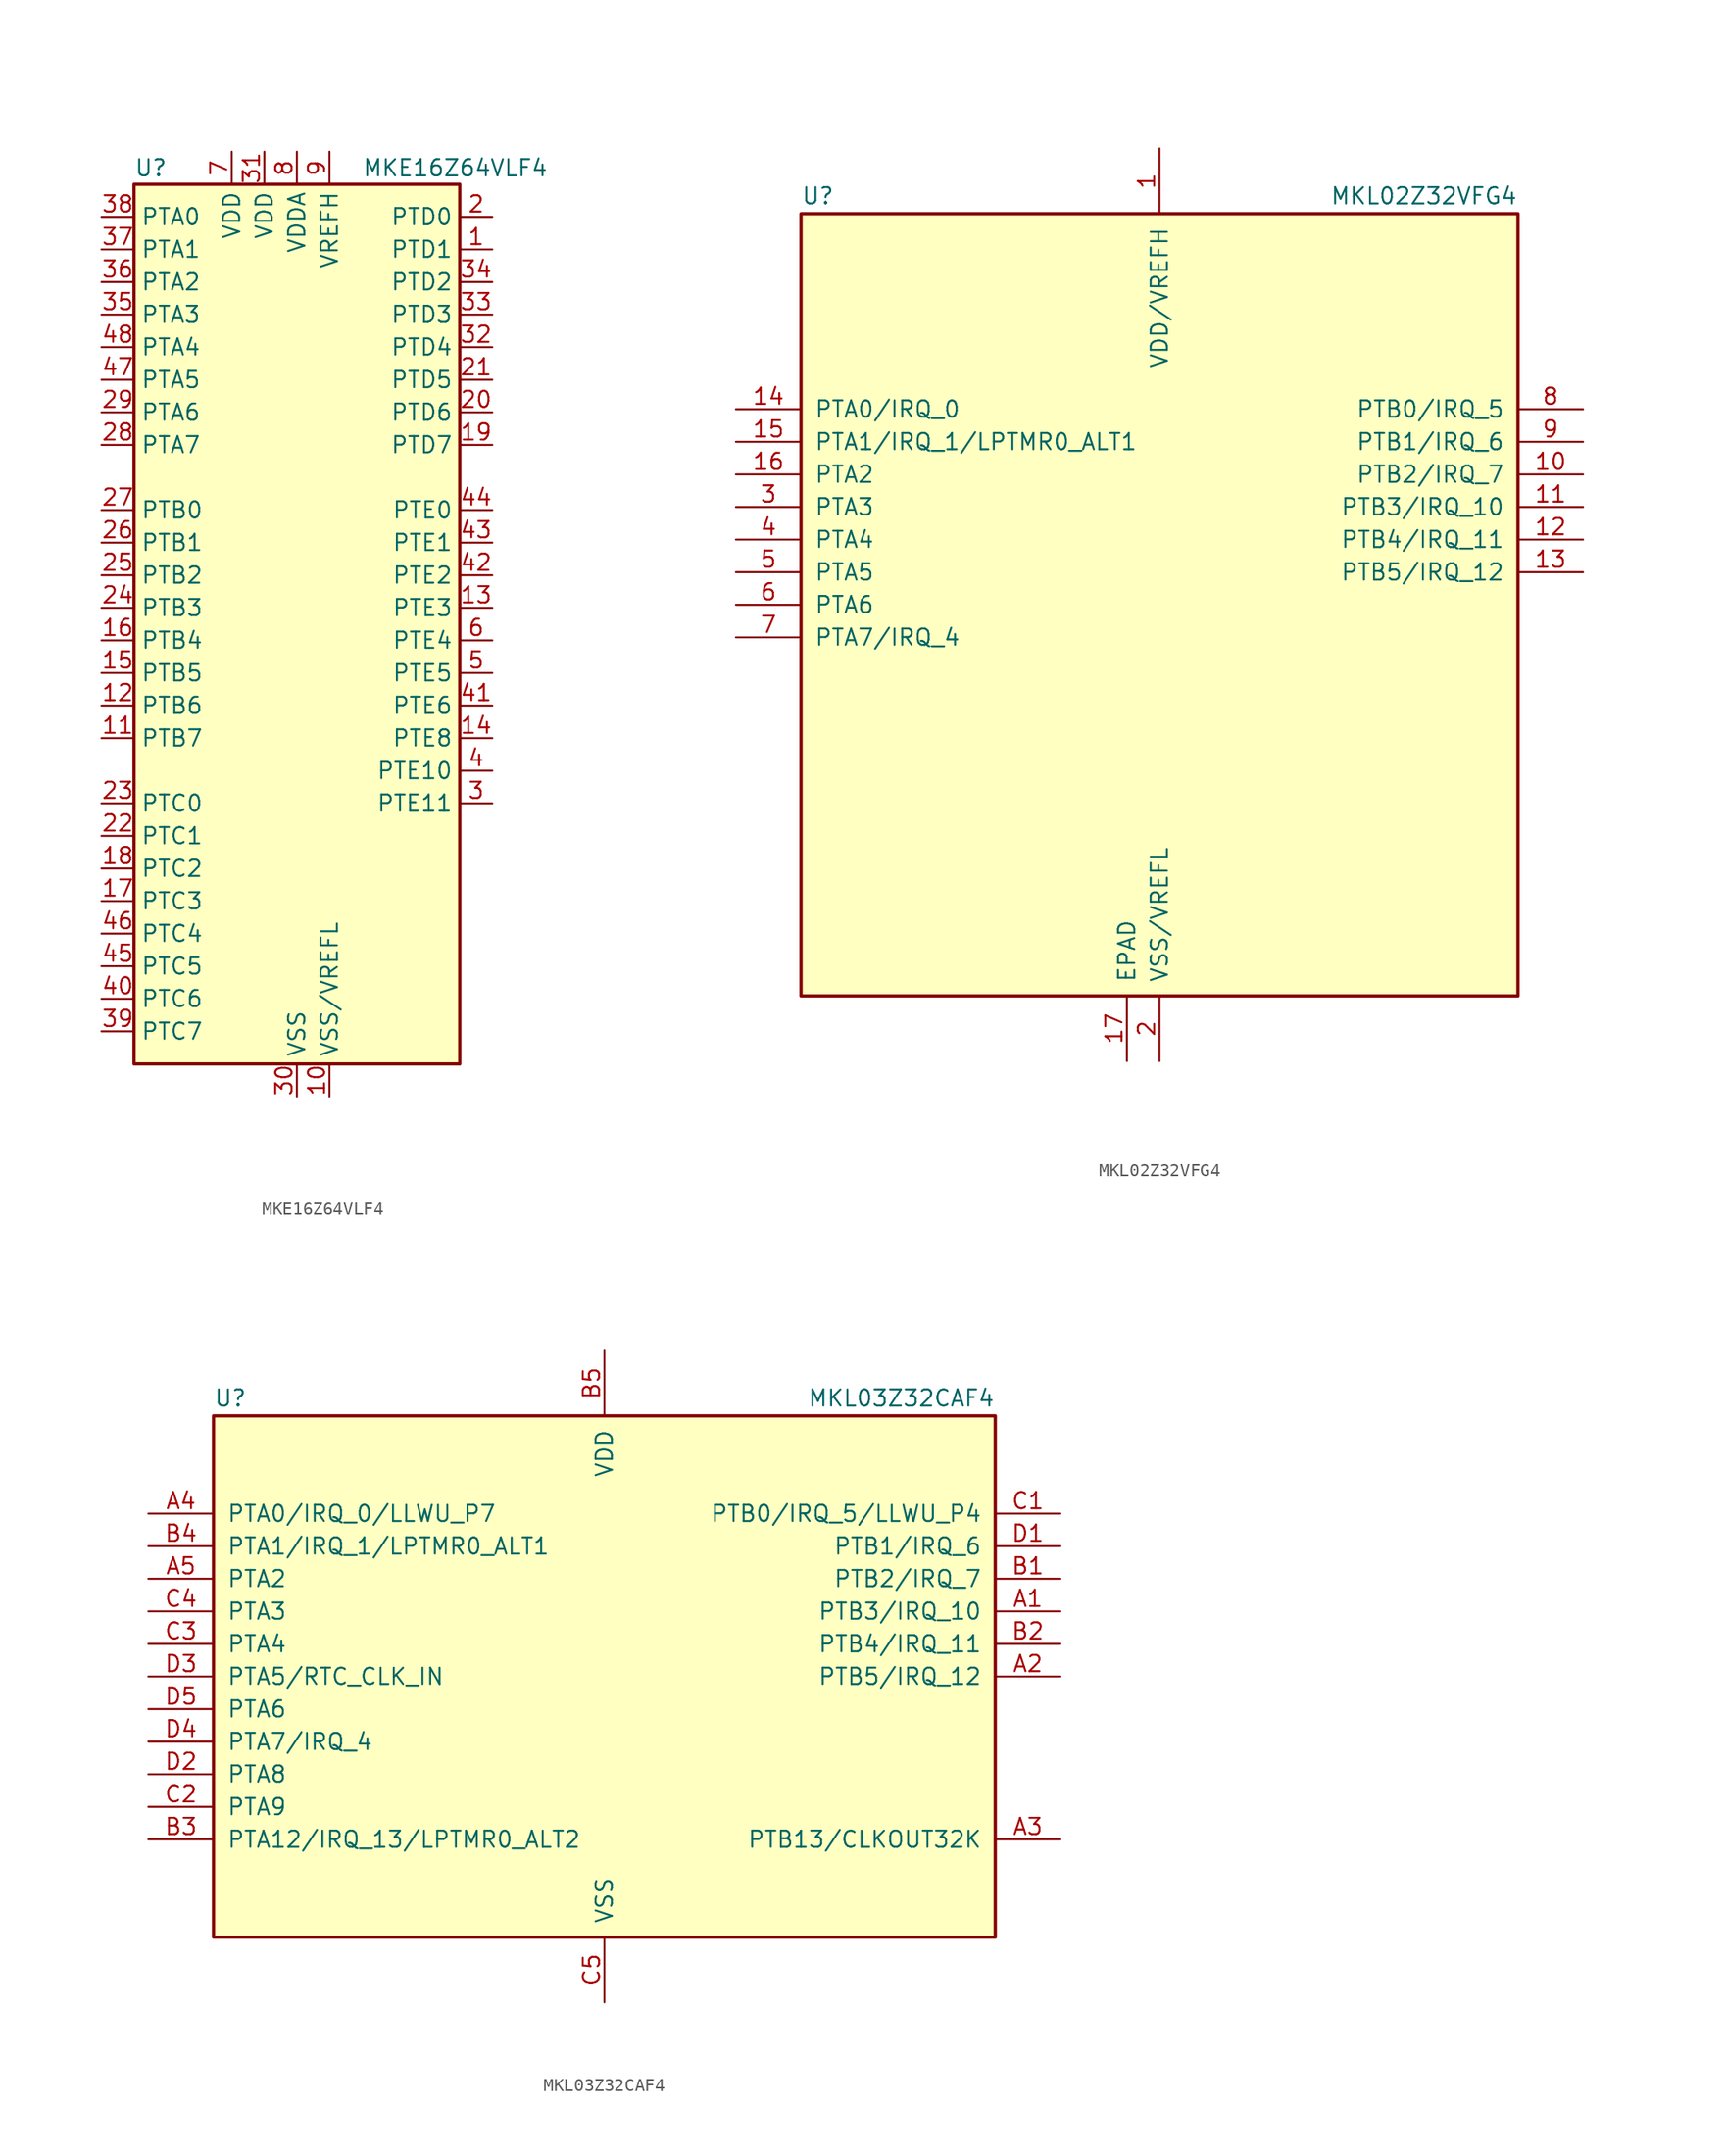
<source format=kicad_sym>
(kicad_symbol_lib
  (version 20231120)
  (generator "kicad_symbol_editor")
  (generator_version "8.0")
  (symbol "MKE16Z64VLF4"
    (property "Reference" "U"
      (at -12.7 36.83 0)
      (effects (font (size 1.27 1.27)) (justify left)))
    (property "Value" "MKE16Z64VLF4"
      (at 5.08 36.83 0)
      (effects (font (size 1.27 1.27)) (justify left)))
    (symbol "MKE16Z64VLF4_0_1"
      (rectangle (start -12.7 35.56) (end 12.7 -33.02) (stroke (width 0.254) (type default)) (fill (type background))))
    (symbol "MKE16Z64VLF4_1_1"
      (pin bidirectional line (at 15.24 30.48 180) (length 2.54) (name "PTD1" (effects (font (size 1.27 1.27)))) (number "1" (effects (font (size 1.27 1.27)))))
      (pin power_in line (at 2.54 -35.56 90) (length 2.54) (name "VSS/VREFL" (effects (font (size 1.27 1.27)))) (number "10" (effects (font (size 1.27 1.27)))))
      (pin bidirectional line (at -15.24 -7.62 0) (length 2.54) (name "PTB7" (effects (font (size 1.27 1.27)))) (number "11" (effects (font (size 1.27 1.27)))))
      (pin bidirectional line (at -15.24 -5.08 0) (length 2.54) (name "PTB6" (effects (font (size 1.27 1.27)))) (number "12" (effects (font (size 1.27 1.27)))))
      (pin bidirectional line (at 15.24 2.54 180) (length 2.54) (name "PTE3" (effects (font (size 1.27 1.27)))) (number "13" (effects (font (size 1.27 1.27)))))
      (pin bidirectional line (at 15.24 -7.62 180) (length 2.54) (name "PTE8" (effects (font (size 1.27 1.27)))) (number "14" (effects (font (size 1.27 1.27)))))
      (pin bidirectional line (at -15.24 -2.54 0) (length 2.54) (name "PTB5" (effects (font (size 1.27 1.27)))) (number "15" (effects (font (size 1.27 1.27)))))
      (pin bidirectional line (at -15.24 0 0) (length 2.54) (name "PTB4" (effects (font (size 1.27 1.27)))) (number "16" (effects (font (size 1.27 1.27)))))
      (pin bidirectional line (at -15.24 -20.32 0) (length 2.54) (name "PTC3" (effects (font (size 1.27 1.27)))) (number "17" (effects (font (size 1.27 1.27)))))
      (pin bidirectional line (at -15.24 -17.78 0) (length 2.54) (name "PTC2" (effects (font (size 1.27 1.27)))) (number "18" (effects (font (size 1.27 1.27)))))
      (pin bidirectional line (at 15.24 15.24 180) (length 2.54) (name "PTD7" (effects (font (size 1.27 1.27)))) (number "19" (effects (font (size 1.27 1.27)))))
      (pin bidirectional line (at 15.24 33.02 180) (length 2.54) (name "PTD0" (effects (font (size 1.27 1.27)))) (number "2" (effects (font (size 1.27 1.27)))))
      (pin bidirectional line (at 15.24 17.78 180) (length 2.54) (name "PTD6" (effects (font (size 1.27 1.27)))) (number "20" (effects (font (size 1.27 1.27)))))
      (pin bidirectional line (at 15.24 20.32 180) (length 2.54) (name "PTD5" (effects (font (size 1.27 1.27)))) (number "21" (effects (font (size 1.27 1.27)))))
      (pin bidirectional line (at -15.24 -15.24 0) (length 2.54) (name "PTC1" (effects (font (size 1.27 1.27)))) (number "22" (effects (font (size 1.27 1.27)))))
      (pin bidirectional line (at -15.24 -12.7 0) (length 2.54) (name "PTC0" (effects (font (size 1.27 1.27)))) (number "23" (effects (font (size 1.27 1.27)))))
      (pin bidirectional line (at -15.24 2.54 0) (length 2.54) (name "PTB3" (effects (font (size 1.27 1.27)))) (number "24" (effects (font (size 1.27 1.27)))))
      (pin bidirectional line (at -15.24 5.08 0) (length 2.54) (name "PTB2" (effects (font (size 1.27 1.27)))) (number "25" (effects (font (size 1.27 1.27)))))
      (pin bidirectional line (at -15.24 7.62 0) (length 2.54) (name "PTB1" (effects (font (size 1.27 1.27)))) (number "26" (effects (font (size 1.27 1.27)))))
      (pin bidirectional line (at -15.24 10.16 0) (length 2.54) (name "PTB0" (effects (font (size 1.27 1.27)))) (number "27" (effects (font (size 1.27 1.27)))))
      (pin bidirectional line (at -15.24 15.24 0) (length 2.54) (name "PTA7" (effects (font (size 1.27 1.27)))) (number "28" (effects (font (size 1.27 1.27)))))
      (pin bidirectional line (at -15.24 17.78 0) (length 2.54) (name "PTA6" (effects (font (size 1.27 1.27)))) (number "29" (effects (font (size 1.27 1.27)))))
      (pin bidirectional line (at 15.24 -12.7 180) (length 2.54) (name "PTE11" (effects (font (size 1.27 1.27)))) (number "3" (effects (font (size 1.27 1.27)))))
      (pin power_in line (at 0 -35.56 90) (length 2.54) (name "VSS" (effects (font (size 1.27 1.27)))) (number "30" (effects (font (size 1.27 1.27)))))
      (pin power_in line (at -2.54 38.1 270) (length 2.54) (name "VDD" (effects (font (size 1.27 1.27)))) (number "31" (effects (font (size 1.27 1.27)))))
      (pin bidirectional line (at 15.24 22.86 180) (length 2.54) (name "PTD4" (effects (font (size 1.27 1.27)))) (number "32" (effects (font (size 1.27 1.27)))))
      (pin bidirectional line (at 15.24 25.4 180) (length 2.54) (name "PTD3" (effects (font (size 1.27 1.27)))) (number "33" (effects (font (size 1.27 1.27)))))
      (pin bidirectional line (at 15.24 27.94 180) (length 2.54) (name "PTD2" (effects (font (size 1.27 1.27)))) (number "34" (effects (font (size 1.27 1.27)))))
      (pin bidirectional line (at -15.24 25.4 0) (length 2.54) (name "PTA3" (effects (font (size 1.27 1.27)))) (number "35" (effects (font (size 1.27 1.27)))))
      (pin bidirectional line (at -15.24 27.94 0) (length 2.54) (name "PTA2" (effects (font (size 1.27 1.27)))) (number "36" (effects (font (size 1.27 1.27)))))
      (pin bidirectional line (at -15.24 30.48 0) (length 2.54) (name "PTA1" (effects (font (size 1.27 1.27)))) (number "37" (effects (font (size 1.27 1.27)))))
      (pin bidirectional line (at -15.24 33.02 0) (length 2.54) (name "PTA0" (effects (font (size 1.27 1.27)))) (number "38" (effects (font (size 1.27 1.27)))))
      (pin bidirectional line (at -15.24 -30.48 0) (length 2.54) (name "PTC7" (effects (font (size 1.27 1.27)))) (number "39" (effects (font (size 1.27 1.27)))))
      (pin bidirectional line (at 15.24 -10.16 180) (length 2.54) (name "PTE10" (effects (font (size 1.27 1.27)))) (number "4" (effects (font (size 1.27 1.27)))))
      (pin bidirectional line (at -15.24 -27.94 0) (length 2.54) (name "PTC6" (effects (font (size 1.27 1.27)))) (number "40" (effects (font (size 1.27 1.27)))))
      (pin bidirectional line (at 15.24 -5.08 180) (length 2.54) (name "PTE6" (effects (font (size 1.27 1.27)))) (number "41" (effects (font (size 1.27 1.27)))))
      (pin bidirectional line (at 15.24 5.08 180) (length 2.54) (name "PTE2" (effects (font (size 1.27 1.27)))) (number "42" (effects (font (size 1.27 1.27)))))
      (pin bidirectional line (at 15.24 7.62 180) (length 2.54) (name "PTE1" (effects (font (size 1.27 1.27)))) (number "43" (effects (font (size 1.27 1.27)))))
      (pin bidirectional line (at 15.24 10.16 180) (length 2.54) (name "PTE0" (effects (font (size 1.27 1.27)))) (number "44" (effects (font (size 1.27 1.27)))))
      (pin bidirectional line (at -15.24 -25.4 0) (length 2.54) (name "PTC5" (effects (font (size 1.27 1.27)))) (number "45" (effects (font (size 1.27 1.27)))))
      (pin bidirectional line (at -15.24 -22.86 0) (length 2.54) (name "PTC4" (effects (font (size 1.27 1.27)))) (number "46" (effects (font (size 1.27 1.27)))))
      (pin bidirectional line (at -15.24 20.32 0) (length 2.54) (name "PTA5" (effects (font (size 1.27 1.27)))) (number "47" (effects (font (size 1.27 1.27)))))
      (pin bidirectional line (at -15.24 22.86 0) (length 2.54) (name "PTA4" (effects (font (size 1.27 1.27)))) (number "48" (effects (font (size 1.27 1.27)))))
      (pin bidirectional line (at 15.24 -2.54 180) (length 2.54) (name "PTE5" (effects (font (size 1.27 1.27)))) (number "5" (effects (font (size 1.27 1.27)))))
      (pin bidirectional line (at 15.24 0 180) (length 2.54) (name "PTE4" (effects (font (size 1.27 1.27)))) (number "6" (effects (font (size 1.27 1.27)))))
      (pin power_in line (at -5.08 38.1 270) (length 2.54) (name "VDD" (effects (font (size 1.27 1.27)))) (number "7" (effects (font (size 1.27 1.27)))))
      (pin power_in line (at 0 38.1 270) (length 2.54) (name "VDDA" (effects (font (size 1.27 1.27)))) (number "8" (effects (font (size 1.27 1.27)))))
      (pin power_in line (at 2.54 38.1 270) (length 2.54) (name "VREFH" (effects (font (size 1.27 1.27)))) (number "9" (effects (font (size 1.27 1.27)))))))
  (symbol "MKL02Z32VFG4"
    (pin_names
      (offset 1.016))
    (property "Reference" "U"
      (at -27.94 31.115 0)
      (effects (font (size 1.27 1.27)) (justify left bottom)))
    (property "Value" "MKL02Z32VFG4"
      (at 27.94 31.115 0)
      (effects (font (size 1.27 1.27)) (justify right bottom)))
    (symbol "MKL02Z32VFG4_0_1"
      (rectangle (start -27.94 30.48) (end 27.94 -30.48) (stroke (width 0.254) (type default)) (fill (type background))))
    (symbol "MKL02Z32VFG4_1_1"
      (pin power_in line (at 0 35.56 270) (length 5.08) (name "VDD/VREFH" (effects (font (size 1.27 1.27)))) (number "1" (effects (font (size 1.27 1.27)))))
      (pin bidirectional line (at 33.02 10.16 180) (length 5.08) (name "PTB2/IRQ_7" (effects (font (size 1.27 1.27)))) (number "10" (effects (font (size 1.27 1.27)))))
      (pin bidirectional line (at 33.02 7.62 180) (length 5.08) (name "PTB3/IRQ_10" (effects (font (size 1.27 1.27)))) (number "11" (effects (font (size 1.27 1.27)))))
      (pin bidirectional line (at 33.02 5.08 180) (length 5.08) (name "PTB4/IRQ_11" (effects (font (size 1.27 1.27)))) (number "12" (effects (font (size 1.27 1.27)))))
      (pin bidirectional line (at 33.02 2.54 180) (length 5.08) (name "PTB5/IRQ_12" (effects (font (size 1.27 1.27)))) (number "13" (effects (font (size 1.27 1.27)))))
      (pin bidirectional line (at -33.02 15.24 0) (length 5.08) (name "PTA0/IRQ_0" (effects (font (size 1.27 1.27)))) (number "14" (effects (font (size 1.27 1.27)))))
      (pin bidirectional line (at -33.02 12.7 0) (length 5.08) (name "PTA1/IRQ_1/LPTMR0_ALT1" (effects (font (size 1.27 1.27)))) (number "15" (effects (font (size 1.27 1.27)))))
      (pin bidirectional line (at -33.02 10.16 0) (length 5.08) (name "PTA2" (effects (font (size 1.27 1.27)))) (number "16" (effects (font (size 1.27 1.27)))))
      (pin power_in line (at -2.54 -35.56 90) (length 5.08) (name "EPAD" (effects (font (size 1.27 1.27)))) (number "17" (effects (font (size 1.27 1.27)))))
      (pin power_in line (at 0 -35.56 90) (length 5.08) (name "VSS/VREFL" (effects (font (size 1.27 1.27)))) (number "2" (effects (font (size 1.27 1.27)))))
      (pin bidirectional line (at -33.02 7.62 0) (length 5.08) (name "PTA3" (effects (font (size 1.27 1.27)))) (number "3" (effects (font (size 1.27 1.27)))))
      (pin bidirectional line (at -33.02 5.08 0) (length 5.08) (name "PTA4" (effects (font (size 1.27 1.27)))) (number "4" (effects (font (size 1.27 1.27)))))
      (pin bidirectional line (at -33.02 2.54 0) (length 5.08) (name "PTA5" (effects (font (size 1.27 1.27)))) (number "5" (effects (font (size 1.27 1.27)))))
      (pin bidirectional line (at -33.02 0 0) (length 5.08) (name "PTA6" (effects (font (size 1.27 1.27)))) (number "6" (effects (font (size 1.27 1.27)))))
      (pin bidirectional line (at -33.02 -2.54 0) (length 5.08) (name "PTA7/IRQ_4" (effects (font (size 1.27 1.27)))) (number "7" (effects (font (size 1.27 1.27)))))
      (pin bidirectional line (at 33.02 15.24 180) (length 5.08) (name "PTB0/IRQ_5" (effects (font (size 1.27 1.27)))) (number "8" (effects (font (size 1.27 1.27)))))
      (pin bidirectional line (at 33.02 12.7 180) (length 5.08) (name "PTB1/IRQ_6" (effects (font (size 1.27 1.27)))) (number "9" (effects (font (size 1.27 1.27)))))))
  (symbol "MKL03Z32CAF4"
    (pin_names
      (offset 1.016))
    (property "Reference" "U"
      (at -30.48 20.955 0)
      (effects (font (size 1.27 1.27)) (justify left bottom)))
    (property "Value" "MKL03Z32CAF4"
      (at 30.48 20.955 0)
      (effects (font (size 1.27 1.27)) (justify right bottom)))
    (symbol "MKL03Z32CAF4_0_1"
      (rectangle (start -30.48 20.32) (end 30.48 -20.32) (stroke (width 0.254) (type default)) (fill (type background))))
    (symbol "MKL03Z32CAF4_1_1"
      (pin bidirectional line (at 35.56 5.08 180) (length 5.08) (name "PTB3/IRQ_10" (effects (font (size 1.27 1.27)))) (number "A1" (effects (font (size 1.27 1.27)))))
      (pin bidirectional line (at 35.56 0 180) (length 5.08) (name "PTB5/IRQ_12" (effects (font (size 1.27 1.27)))) (number "A2" (effects (font (size 1.27 1.27)))))
      (pin bidirectional line (at 35.56 -12.7 180) (length 5.08) (name "PTB13/CLKOUT32K" (effects (font (size 1.27 1.27)))) (number "A3" (effects (font (size 1.27 1.27)))))
      (pin bidirectional line (at -35.56 12.7 0) (length 5.08) (name "PTA0/IRQ_0/LLWU_P7" (effects (font (size 1.27 1.27)))) (number "A4" (effects (font (size 1.27 1.27)))))
      (pin bidirectional line (at -35.56 7.62 0) (length 5.08) (name "PTA2" (effects (font (size 1.27 1.27)))) (number "A5" (effects (font (size 1.27 1.27)))))
      (pin bidirectional line (at 35.56 7.62 180) (length 5.08) (name "PTB2/IRQ_7" (effects (font (size 1.27 1.27)))) (number "B1" (effects (font (size 1.27 1.27)))))
      (pin bidirectional line (at 35.56 2.54 180) (length 5.08) (name "PTB4/IRQ_11" (effects (font (size 1.27 1.27)))) (number "B2" (effects (font (size 1.27 1.27)))))
      (pin bidirectional line (at -35.56 -12.7 0) (length 5.08) (name "PTA12/IRQ_13/LPTMR0_ALT2" (effects (font (size 1.27 1.27)))) (number "B3" (effects (font (size 1.27 1.27)))))
      (pin bidirectional line (at -35.56 10.16 0) (length 5.08) (name "PTA1/IRQ_1/LPTMR0_ALT1" (effects (font (size 1.27 1.27)))) (number "B4" (effects (font (size 1.27 1.27)))))
      (pin power_in line (at 0 25.4 270) (length 5.08) (name "VDD" (effects (font (size 1.27 1.27)))) (number "B5" (effects (font (size 1.27 1.27)))))
      (pin bidirectional line (at 35.56 12.7 180) (length 5.08) (name "PTB0/IRQ_5/LLWU_P4" (effects (font (size 1.27 1.27)))) (number "C1" (effects (font (size 1.27 1.27)))))
      (pin bidirectional line (at -35.56 -10.16 0) (length 5.08) (name "PTA9" (effects (font (size 1.27 1.27)))) (number "C2" (effects (font (size 1.27 1.27)))))
      (pin bidirectional line (at -35.56 2.54 0) (length 5.08) (name "PTA4" (effects (font (size 1.27 1.27)))) (number "C3" (effects (font (size 1.27 1.27)))))
      (pin bidirectional line (at -35.56 5.08 0) (length 5.08) (name "PTA3" (effects (font (size 1.27 1.27)))) (number "C4" (effects (font (size 1.27 1.27)))))
      (pin power_in line (at 0 -25.4 90) (length 5.08) (name "VSS" (effects (font (size 1.27 1.27)))) (number "C5" (effects (font (size 1.27 1.27)))))
      (pin bidirectional line (at 35.56 10.16 180) (length 5.08) (name "PTB1/IRQ_6" (effects (font (size 1.27 1.27)))) (number "D1" (effects (font (size 1.27 1.27)))))
      (pin bidirectional line (at -35.56 -7.62 0) (length 5.08) (name "PTA8" (effects (font (size 1.27 1.27)))) (number "D2" (effects (font (size 1.27 1.27)))))
      (pin bidirectional line (at -35.56 0 0) (length 5.08) (name "PTA5/RTC_CLK_IN" (effects (font (size 1.27 1.27)))) (number "D3" (effects (font (size 1.27 1.27)))))
      (pin bidirectional line (at -35.56 -5.08 0) (length 5.08) (name "PTA7/IRQ_4" (effects (font (size 1.27 1.27)))) (number "D4" (effects (font (size 1.27 1.27)))))
      (pin bidirectional line (at -35.56 -2.54 0) (length 5.08) (name "PTA6" (effects (font (size 1.27 1.27)))) (number "D5" (effects (font (size 1.27 1.27))))))))
</source>
